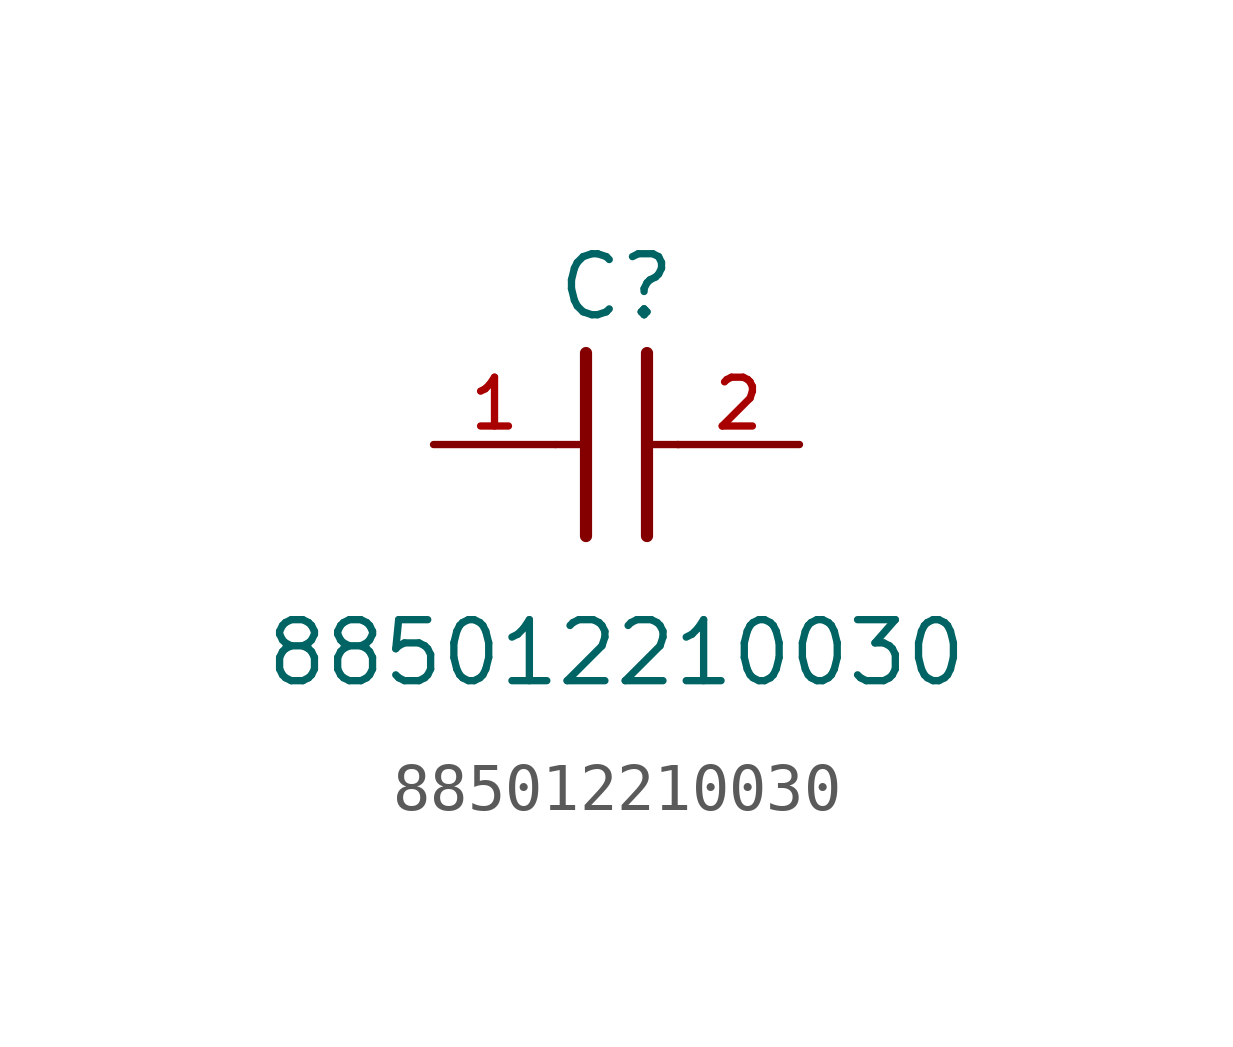
<source format=kicad_sym>
(kicad_symbol_lib
  (version 20211014)
  (generator kicad_symbol_editor)
  (symbol "885012210030"
    (pin_names
      (offset 1.016))
    (property "Reference" "C"
      (at 1.27 2.54 0)
      (effects (font (size 1.27 1.27)) (justify bottom)))
    (property "Value" "885012210030"
      (at 1.27 -5.08 0)
      (effects (font (size 1.27 1.27)) (justify bottom)))
    (symbol "885012210030_0_0"
      (polyline (pts (xy 1.905 1.905) (xy 1.905 -1.905)) (stroke (width 0.254)))
      (polyline (pts (xy 0.635 -1.905) (xy 0.635 1.905)) (stroke (width 0.254)))
      (polyline (pts (xy 0.0 0.0) (xy 0.643 0.0)) (stroke (width 0.152)))
      (polyline (pts (xy 1.928 0.0) (xy 2.57 0.0)) (stroke (width 0.152)))
      (pin passive line (at -2.54 0.0 0) (length 2.54) (name "~" (effects (font (size 1.016 1.016)))) (number "1" (effects (font (size 1.016 1.016)))))
      (pin passive line (at 5.08 0.0 180.0) (length 2.54) (name "~" (effects (font (size 1.016 1.016)))) (number "2" (effects (font (size 1.016 1.016))))))))
</source>
